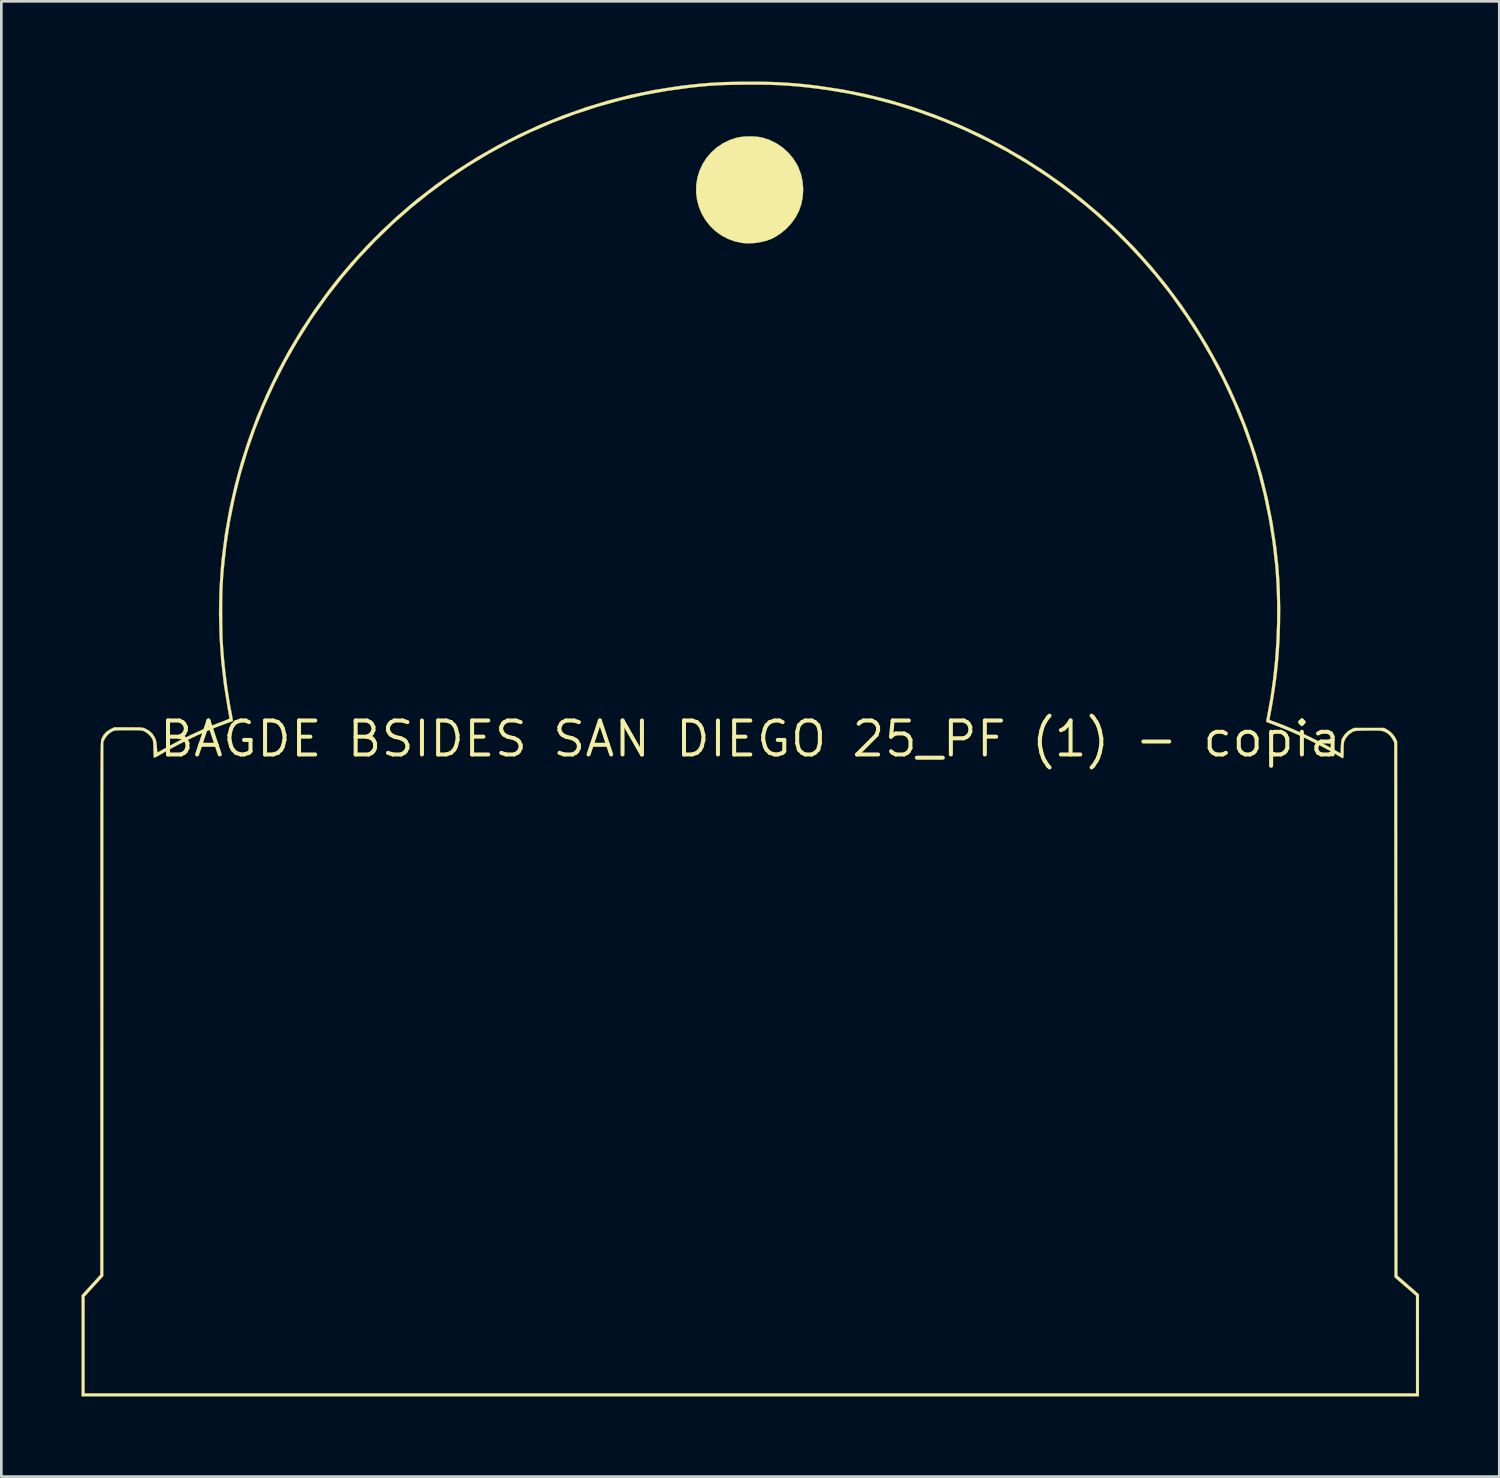
<source format=kicad_pcb>
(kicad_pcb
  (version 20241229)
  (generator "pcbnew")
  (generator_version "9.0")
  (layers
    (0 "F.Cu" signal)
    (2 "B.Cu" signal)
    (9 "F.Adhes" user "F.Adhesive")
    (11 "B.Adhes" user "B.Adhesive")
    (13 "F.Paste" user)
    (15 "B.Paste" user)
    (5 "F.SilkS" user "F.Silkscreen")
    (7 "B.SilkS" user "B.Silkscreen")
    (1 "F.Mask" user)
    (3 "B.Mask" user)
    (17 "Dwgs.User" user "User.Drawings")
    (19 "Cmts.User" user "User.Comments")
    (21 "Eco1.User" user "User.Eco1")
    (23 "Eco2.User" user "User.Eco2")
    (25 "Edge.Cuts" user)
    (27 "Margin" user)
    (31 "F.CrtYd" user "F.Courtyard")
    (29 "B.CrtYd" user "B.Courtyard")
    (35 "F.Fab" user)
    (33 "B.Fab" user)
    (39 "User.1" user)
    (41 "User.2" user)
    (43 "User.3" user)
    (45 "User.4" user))
  (footprint "BAGDE BSIDES SAN DIEGO 25_PF (1) - copia"
    (layer "F.Cu")
    (at 25.003 24.579)
    (property "Reference" "BAGDE BSIDES SAN DIEGO 25_PF (1) - copia" (at 0 0 0) (layer "F.SilkS") (effects (font (size 1.27 1.27) (thickness 0.15))))
    (attr through_hole)
    (fp_poly (pts (xy 0.094 -22.53) (xy 0.305 -22.511) (xy 0.452 -22.483) (xy 0.722 -22.395) (xy 0.977 -22.269) (xy 1.211 -22.111) (xy 1.42 -21.922) (xy 1.602 -21.707) (xy 1.751 -21.468) (xy 1.802 -21.364) (xy 1.898 -21.103) (xy 1.956 -20.829) (xy 1.977 -20.548) (xy 1.96 -20.266) (xy 1.905 -19.991) (xy 1.82 -19.744) (xy 1.7 -19.513) (xy 1.545 -19.294) (xy 1.361 -19.093) (xy 1.155 -18.916) (xy 0.932 -18.77) (xy 0.788 -18.697) (xy 0.593 -18.626) (xy 0.374 -18.574) (xy 0.144 -18.541) (xy -0.082 -18.53) (xy -0.286 -18.543) (xy -0.566 -18.601) (xy -0.831 -18.696) (xy -1.076 -18.825) (xy -1.299 -18.985) (xy -1.497 -19.174) (xy -1.668 -19.388) (xy -1.809 -19.625) (xy -1.918 -19.882) (xy -1.991 -20.155) (xy -2.025 -20.424) (xy -2.022 -20.707) (xy -1.979 -20.982) (xy -1.899 -21.245) (xy -1.785 -21.493) (xy -1.637 -21.723) (xy -1.46 -21.931) (xy -1.255 -22.114) (xy -1.025 -22.269) (xy -0.772 -22.393) (xy -0.532 -22.474) (xy -0.34 -22.511) (xy -0.126 -22.53) (xy 0.094 -22.53)) (stroke (width 0.01) (type solid)) (fill yes) (layer "F.SilkS"))
    (fp_poly (pts (xy 0.359 -24.572) (xy 0.708 -24.566) (xy 1.033 -24.555) (xy 1.346 -24.538) (xy 1.655 -24.515) (xy 1.972 -24.486) (xy 2.304 -24.449) (xy 2.575 -24.415) (xy 3.458 -24.281) (xy 4.334 -24.105) (xy 5.202 -23.889) (xy 6.061 -23.632) (xy 6.908 -23.335) (xy 7.743 -22.999) (xy 8.563 -22.625) (xy 9.368 -22.213) (xy 10.156 -21.763) (xy 10.922 -21.278) (xy 11.67 -20.755) (xy 12.392 -20.199) (xy 13.086 -19.613) (xy 13.751 -18.996) (xy 14.386 -18.35) (xy 14.992 -17.676) (xy 15.566 -16.975) (xy 16.109 -16.248) (xy 16.619 -15.497) (xy 17.095 -14.721) (xy 17.537 -13.923) (xy 17.943 -13.102) (xy 18.314 -12.262) (xy 18.59 -11.557) (xy 18.883 -10.707) (xy 19.138 -9.841) (xy 19.353 -8.961) (xy 19.528 -8.069) (xy 19.663 -7.168) (xy 19.737 -6.498) (xy 19.775 -5.991) (xy 19.799 -5.454) (xy 19.81 -4.9) (xy 19.806 -4.338) (xy 19.789 -3.779) (xy 19.758 -3.235) (xy 19.714 -2.716) (xy 19.705 -2.635) (xy 19.66 -2.251) (xy 19.605 -1.854) (xy 19.544 -1.461) (xy 19.479 -1.087) (xy 19.45 -0.935) (xy 19.432 -0.845) (xy 19.42 -0.771) (xy 19.413 -0.724) (xy 19.413 -0.711) (xy 19.435 -0.702) (xy 19.488 -0.682) (xy 19.564 -0.654) (xy 19.643 -0.625) (xy 19.956 -0.505) (xy 20.293 -0.364) (xy 20.641 -0.207) (xy 20.992 -0.04) (xy 21.334 0.133) (xy 21.656 0.306) (xy 21.763 0.366) (xy 22.073 0.543) (xy 22.081 0.298) (xy 22.086 0.183) (xy 22.094 0.1) (xy 22.106 0.038) (xy 22.124 -0.012) (xy 22.137 -0.038) (xy 22.234 -0.181) (xy 22.357 -0.295) (xy 22.454 -0.354) (xy 22.574 -0.413) (xy 23.696 -0.413) (xy 23.803 -0.356) (xy 23.917 -0.278) (xy 24.024 -0.173) (xy 24.11 -0.055) (xy 24.137 -0.004) (xy 24.183 0.095) (xy 24.194 20.065) (xy 24.998 20.767) (xy 24.998 24.575) (xy -24.998 24.575) (xy -24.998 20.846) (xy -24.892 20.846) (xy -24.892 24.469) (xy 24.892 24.469) (xy 24.891 20.817) (xy 24.489 20.471) (xy 24.088 20.124) (xy 24.077 0.138) (xy 24.018 0.016) (xy 23.931 -0.116) (xy 23.818 -0.216) (xy 23.682 -0.283) (xy 23.676 -0.285) (xy 23.632 -0.296) (xy 23.582 -0.305) (xy 23.52 -0.311) (xy 23.439 -0.315) (xy 23.333 -0.316) (xy 23.196 -0.315) (xy 23.079 -0.314) (xy 22.922 -0.311) (xy 22.801 -0.309) (xy 22.711 -0.305) (xy 22.645 -0.3) (xy 22.596 -0.293) (xy 22.559 -0.283) (xy 22.528 -0.27) (xy 22.508 -0.26) (xy 22.376 -0.166) (xy 22.273 -0.042) (xy 22.233 0.031) (xy 22.212 0.079) (xy 22.198 0.126) (xy 22.19 0.181) (xy 22.185 0.255) (xy 22.183 0.356) (xy 22.183 0.429) (xy 22.181 0.548) (xy 22.177 0.639) (xy 22.171 0.698) (xy 22.162 0.72) (xy 22.162 0.72) (xy 22.135 0.709) (xy 22.083 0.682) (xy 22.016 0.643) (xy 22.008 0.639) (xy 21.664 0.437) (xy 21.289 0.234) (xy 20.893 0.035) (xy 20.487 -0.155) (xy 20.083 -0.332) (xy 19.69 -0.489) (xy 19.606 -0.521) (xy 19.5 -0.561) (xy 19.408 -0.595) (xy 19.338 -0.622) (xy 19.297 -0.639) (xy 19.289 -0.643) (xy 19.291 -0.665) (xy 19.299 -0.72) (xy 19.314 -0.8) (xy 19.333 -0.897) (xy 19.334 -0.901) (xy 19.452 -1.554) (xy 19.548 -2.235) (xy 19.622 -2.935) (xy 19.672 -3.647) (xy 19.699 -4.361) (xy 19.701 -5.07) (xy 19.679 -5.766) (xy 19.633 -6.439) (xy 19.631 -6.456) (xy 19.527 -7.365) (xy 19.382 -8.265) (xy 19.195 -9.155) (xy 18.969 -10.034) (xy 18.703 -10.902) (xy 18.397 -11.756) (xy 18.052 -12.595) (xy 17.669 -13.419) (xy 17.247 -14.227) (xy 16.788 -15.017) (xy 16.291 -15.789) (xy 15.758 -16.54) (xy 15.591 -16.761) (xy 15.106 -17.367) (xy 14.586 -17.965) (xy 14.037 -18.548) (xy 13.466 -19.11) (xy 12.88 -19.644) (xy 12.576 -19.903) (xy 11.869 -20.467) (xy 11.138 -20.997) (xy 10.385 -21.492) (xy 9.612 -21.951) (xy 8.82 -22.374) (xy 8.011 -22.761) (xy 7.186 -23.109) (xy 6.346 -23.419) (xy 5.494 -23.691) (xy 4.631 -23.923) (xy 3.758 -24.114) (xy 2.876 -24.265) (xy 2.477 -24.319) (xy 2.108 -24.362) (xy 1.758 -24.398) (xy 1.419 -24.425) (xy 1.082 -24.445) (xy 0.736 -24.458) (xy 0.373 -24.464) (xy -0.016 -24.465) (xy -0.302 -24.462) (xy -0.567 -24.458) (xy -0.798 -24.454) (xy -1.001 -24.448) (xy -1.185 -24.441) (xy -1.357 -24.432) (xy -1.525 -24.421) (xy -1.697 -24.407) (xy -1.879 -24.389) (xy -2.08 -24.368) (xy -2.223 -24.353) (xy -3.116 -24.232) (xy -4 -24.071) (xy -4.873 -23.871) (xy -5.733 -23.631) (xy -6.579 -23.352) (xy -7.41 -23.036) (xy -8.225 -22.683) (xy -9.023 -22.293) (xy -9.802 -21.868) (xy -10.562 -21.408) (xy -11.301 -20.915) (xy -12.017 -20.387) (xy -12.71 -19.828) (xy -13.379 -19.236) (xy -14.022 -18.613) (xy -14.639 -17.96) (xy -15.227 -17.278) (xy -15.786 -16.566) (xy -16.314 -15.826) (xy -16.426 -15.66) (xy -16.919 -14.881) (xy -17.374 -14.085) (xy -17.79 -13.272) (xy -18.167 -12.443) (xy -18.506 -11.599) (xy -18.804 -10.741) (xy -19.064 -9.87) (xy -19.282 -8.987) (xy -19.461 -8.093) (xy -19.598 -7.189) (xy -19.695 -6.277) (xy -19.727 -5.827) (xy -19.734 -5.67) (xy -19.74 -5.479) (xy -19.744 -5.262) (xy -19.747 -5.027) (xy -19.748 -4.782) (xy -19.747 -4.534) (xy -19.745 -4.293) (xy -19.741 -4.065) (xy -19.736 -3.86) (xy -19.729 -3.684) (xy -19.727 -3.639) (xy -19.698 -3.219) (xy -19.658 -2.782) (xy -19.609 -2.342) (xy -19.553 -1.91) (xy -19.49 -1.499) (xy -19.441 -1.216) (xy -19.41 -1.051) (xy -19.386 -0.923) (xy -19.369 -0.827) (xy -19.357 -0.759) (xy -19.35 -0.714) (xy -19.347 -0.687) (xy -19.347 -0.673) (xy -19.349 -0.669) (xy -19.371 -0.66) (xy -19.424 -0.641) (xy -19.5 -0.614) (xy -19.558 -0.594) (xy -19.9 -0.469) (xy -20.266 -0.32) (xy -20.647 -0.152) (xy -21.034 0.032) (xy -21.418 0.227) (xy -21.792 0.429) (xy -22.072 0.59) (xy -22.176 0.649) (xy -22.249 0.684) (xy -22.29 0.697) (xy -22.299 0.693) (xy -22.303 0.663) (xy -22.307 0.599) (xy -22.31 0.511) (xy -22.313 0.405) (xy -22.314 0.37) (xy -22.318 0.241) (xy -22.324 0.146) (xy -22.333 0.077) (xy -22.346 0.027) (xy -22.359 -0.003) (xy -22.429 -0.107) (xy -22.527 -0.203) (xy -22.639 -0.277) (xy -22.646 -0.28) (xy -22.679 -0.295) (xy -22.711 -0.307) (xy -22.75 -0.315) (xy -22.8 -0.321) (xy -22.868 -0.325) (xy -22.961 -0.327) (xy -23.083 -0.328) (xy -23.241 -0.328) (xy -23.252 -0.328) (xy -23.416 -0.328) (xy -23.543 -0.326) (xy -23.64 -0.324) (xy -23.712 -0.319) (xy -23.764 -0.313) (xy -23.803 -0.304) (xy -23.834 -0.293) (xy -23.839 -0.29) (xy -23.952 -0.22) (xy -24.054 -0.123) (xy -24.131 -0.014) (xy -24.144 0.011) (xy -24.193 0.116) (xy -24.193 10.099) (xy -24.194 20.082) (xy -24.543 20.464) (xy -24.892 20.846) (xy -24.998 20.846) (xy -24.998 20.796) (xy -24.649 20.415) (xy -24.301 20.034) (xy -24.3 10.07) (xy -24.3 9.296) (xy -24.3 8.562) (xy -24.3 7.869) (xy -24.3 7.214) (xy -24.3 6.597) (xy -24.3 6.017) (xy -24.299 5.473) (xy -24.299 4.963) (xy -24.299 4.486) (xy -24.299 4.041) (xy -24.298 3.627) (xy -24.298 3.243) (xy -24.298 2.887) (xy -24.297 2.559) (xy -24.297 2.258) (xy -24.296 1.981) (xy -24.295 1.729) (xy -24.294 1.5) (xy -24.294 1.293) (xy -24.293 1.106) (xy -24.292 0.939) (xy -24.29 0.79) (xy -24.289 0.659) (xy -24.288 0.544) (xy -24.286 0.444) (xy -24.285 0.357) (xy -24.283 0.284) (xy -24.281 0.222) (xy -24.279 0.17) (xy -24.277 0.128) (xy -24.275 0.094) (xy -24.273 0.067) (xy -24.27 0.046) (xy -24.267 0.03) (xy -24.264 0.017) (xy -24.261 0.007) (xy -24.259 -0.001) (xy -24.182 -0.148) (xy -24.074 -0.267) (xy -23.933 -0.36) (xy -23.924 -0.364) (xy -23.782 -0.434) (xy -23.252 -0.434) (xy -23.089 -0.434) (xy -22.962 -0.433) (xy -22.865 -0.431) (xy -22.793 -0.428) (xy -22.739 -0.423) (xy -22.698 -0.415) (xy -22.663 -0.404) (xy -22.628 -0.39) (xy -22.605 -0.379) (xy -22.466 -0.298) (xy -22.359 -0.199) (xy -22.276 -0.074) (xy -22.267 -0.056) (xy -22.235 0.015) (xy -22.214 0.082) (xy -22.201 0.159) (xy -22.191 0.26) (xy -22.189 0.292) (xy -22.183 0.382) (xy -22.177 0.453) (xy -22.171 0.498) (xy -22.168 0.508) (xy -22.148 0.498) (xy -22.097 0.471) (xy -22.021 0.429) (xy -21.926 0.376) (xy -21.817 0.316) (xy -21.817 0.316) (xy -21.387 0.084) (xy -20.944 -0.136) (xy -20.498 -0.341) (xy -20.063 -0.524) (xy -19.775 -0.635) (xy -19.67 -0.675) (xy -19.582 -0.711) (xy -19.515 -0.74) (xy -19.479 -0.76) (xy -19.473 -0.765) (xy -19.477 -0.791) (xy -19.487 -0.852) (xy -19.502 -0.939) (xy -19.521 -1.046) (xy -19.536 -1.128) (xy -19.678 -2.014) (xy -19.78 -2.907) (xy -19.842 -3.801) (xy -19.864 -4.695) (xy -19.846 -5.584) (xy -19.788 -6.465) (xy -19.758 -6.773) (xy -19.641 -7.677) (xy -19.482 -8.573) (xy -19.283 -9.459) (xy -19.044 -10.335) (xy -18.766 -11.199) (xy -18.449 -12.05) (xy -18.093 -12.885) (xy -17.7 -13.704) (xy -17.27 -14.504) (xy -16.803 -15.286) (xy -16.3 -16.046) (xy -15.763 -16.784) (xy -15.424 -17.215) (xy -14.915 -17.818) (xy -14.372 -18.411) (xy -13.803 -18.986) (xy -13.214 -19.537) (xy -12.614 -20.055) (xy -12.453 -20.187) (xy -11.739 -20.737) (xy -11.002 -21.253) (xy -10.243 -21.735) (xy -9.464 -22.182) (xy -8.666 -22.593) (xy -7.852 -22.968) (xy -7.023 -23.305) (xy -6.182 -23.604) (xy -5.329 -23.864) (xy -4.468 -24.084) (xy -3.598 -24.264) (xy -2.723 -24.402) (xy -2.551 -24.425) (xy -2.2 -24.466) (xy -1.872 -24.5) (xy -1.556 -24.526) (xy -1.242 -24.546) (xy -0.92 -24.561) (xy -0.58 -24.569) (xy -0.213 -24.574) (xy -0.021 -24.574) (xy 0.359 -24.572)) (stroke (width 0.01) (type solid)) (fill yes) (layer "F.SilkS")))
  (gr_rect
    (start -3 -3)
    (end 53.006 52.159)
    (stroke (width 0.1) (type default))
    (fill no)
    (layer "Edge.Cuts")))
</source>
